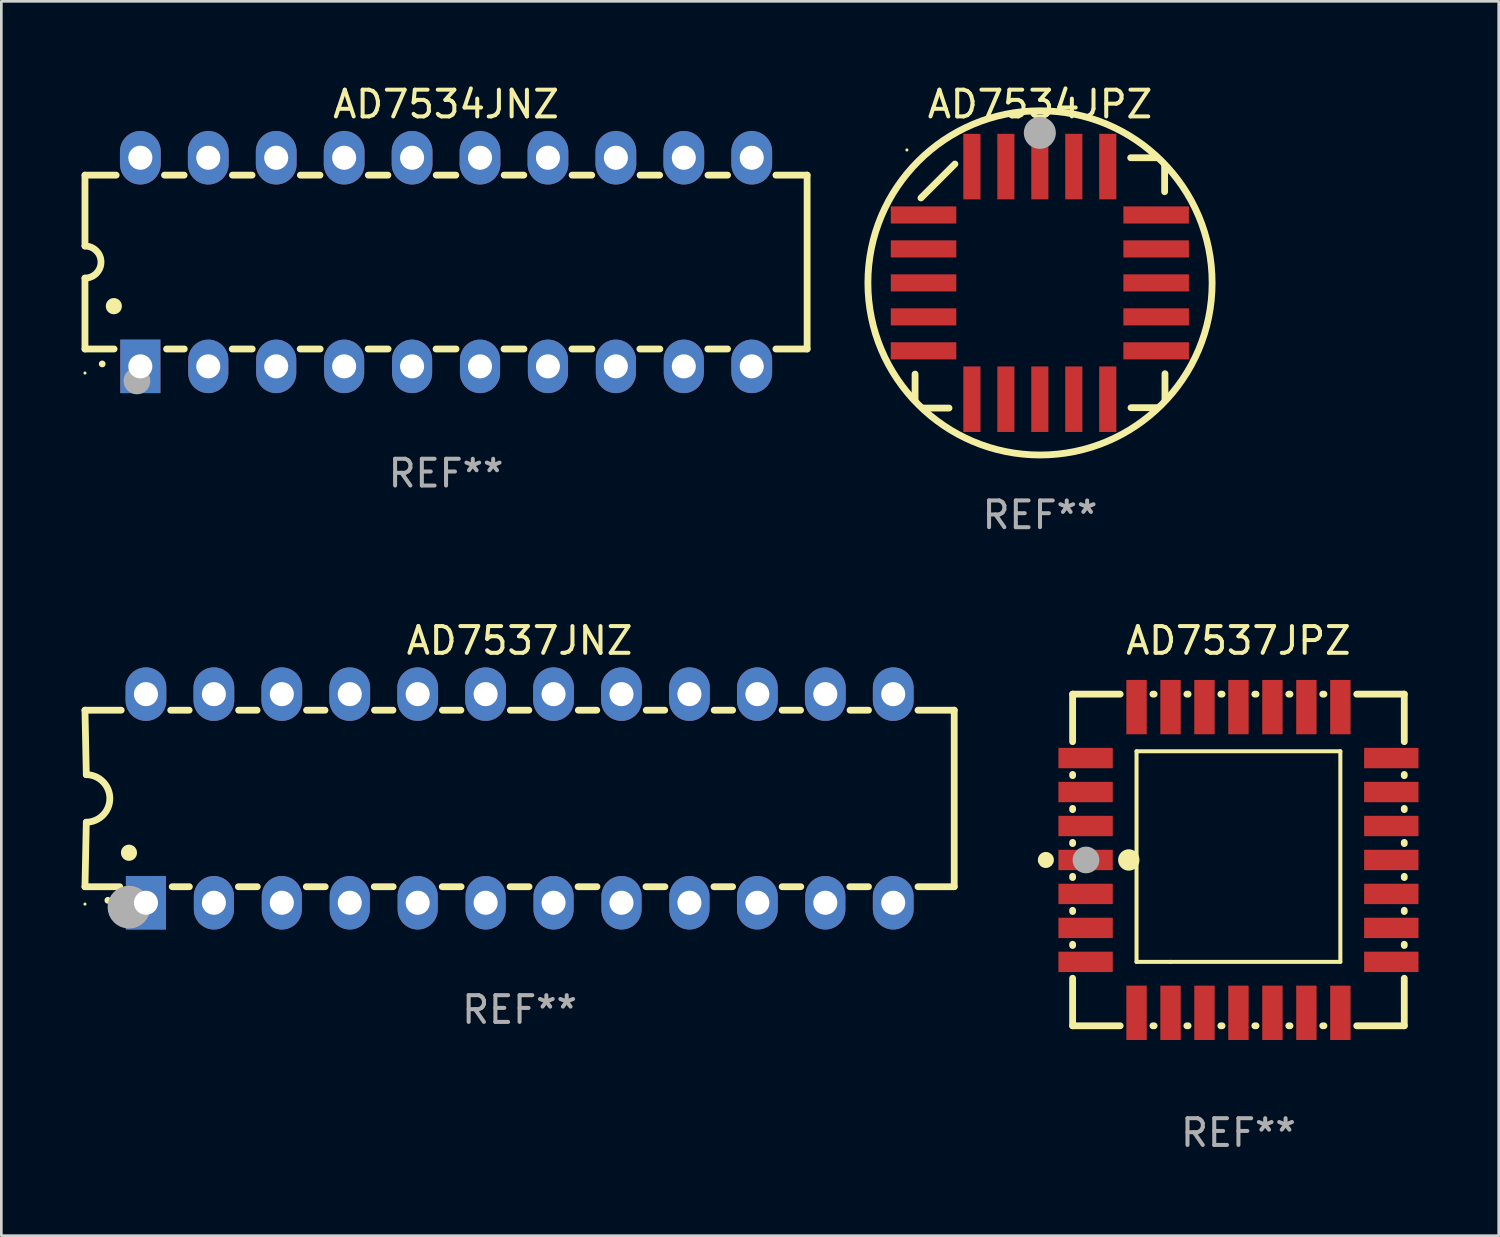
<source format=kicad_pcb>
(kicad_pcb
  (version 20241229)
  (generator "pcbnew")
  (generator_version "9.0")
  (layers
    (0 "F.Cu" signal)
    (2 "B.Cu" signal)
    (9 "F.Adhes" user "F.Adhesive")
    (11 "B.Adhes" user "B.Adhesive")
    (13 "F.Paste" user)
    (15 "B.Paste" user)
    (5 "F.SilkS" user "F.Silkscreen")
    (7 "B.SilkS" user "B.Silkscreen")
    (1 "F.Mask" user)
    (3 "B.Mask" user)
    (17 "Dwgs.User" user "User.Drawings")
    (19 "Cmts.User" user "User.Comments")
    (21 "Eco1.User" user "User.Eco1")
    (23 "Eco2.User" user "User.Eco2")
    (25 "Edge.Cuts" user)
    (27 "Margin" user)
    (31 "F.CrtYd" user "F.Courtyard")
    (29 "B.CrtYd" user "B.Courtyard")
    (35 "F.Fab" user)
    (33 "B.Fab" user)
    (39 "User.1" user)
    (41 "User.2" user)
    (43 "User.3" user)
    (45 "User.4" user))
  (footprint "AD7537JNZ"
    (layer "F.Cu")
    (at 16.377 26.803)
    (property "Reference" "AD7537JNZ" (at 0 -5.9 0) (layer "F.SilkS") (effects (font (size 1 1) (thickness 0.15))))
    (attr through_hole)
    (fp_line (start -16.25 -3.3) (end -16.2 -0.889) (stroke (width 0.254) (type solid)) (layer "F.SilkS"))
    (fp_line (start -16.25 -3.3) (end -14.895 -3.3) (stroke (width 0.254) (type solid)) (layer "F.SilkS"))
    (fp_line (start -16.25 3.3) (end -16.2 0.889) (stroke (width 0.254) (type solid)) (layer "F.SilkS"))
    (fp_line (start -16.25 3.3) (end -14.951 3.3) (stroke (width 0.254) (type solid)) (layer "F.SilkS"))
    (fp_line (start -13.045 -3.3) (end -12.355 -3.3) (stroke (width 0.254) (type solid)) (layer "F.SilkS"))
    (fp_line (start -12.989 3.3) (end -12.347 3.3) (stroke (width 0.254) (type solid)) (layer "F.SilkS"))
    (fp_line (start -10.514 3.3) (end -9.807 3.3) (stroke (width 0.254) (type solid)) (layer "F.SilkS"))
    (fp_line (start -10.505 -3.3) (end -9.815 -3.3) (stroke (width 0.254) (type solid)) (layer "F.SilkS"))
    (fp_line (start -7.974 3.3) (end -7.267 3.3) (stroke (width 0.254) (type solid)) (layer "F.SilkS"))
    (fp_line (start -7.965 -3.3) (end -7.275 -3.3) (stroke (width 0.254) (type solid)) (layer "F.SilkS"))
    (fp_line (start -5.434 3.3) (end -4.727 3.3) (stroke (width 0.254) (type solid)) (layer "F.SilkS"))
    (fp_line (start -5.425 -3.3) (end -4.735 -3.3) (stroke (width 0.254) (type solid)) (layer "F.SilkS"))
    (fp_line (start -2.894 3.3) (end -2.187 3.3) (stroke (width 0.254) (type solid)) (layer "F.SilkS"))
    (fp_line (start -2.885 -3.3) (end -2.195 -3.3) (stroke (width 0.254) (type solid)) (layer "F.SilkS"))
    (fp_line (start -0.354 3.3) (end 0.353 3.3) (stroke (width 0.254) (type solid)) (layer "F.SilkS"))
    (fp_line (start -0.345 -3.3) (end 0.345 -3.3) (stroke (width 0.254) (type solid)) (layer "F.SilkS"))
    (fp_line (start 2.186 3.3) (end 2.893 3.3) (stroke (width 0.254) (type solid)) (layer "F.SilkS"))
    (fp_line (start 2.195 -3.3) (end 2.885 -3.3) (stroke (width 0.254) (type solid)) (layer "F.SilkS"))
    (fp_line (start 4.726 3.3) (end 5.434 3.3) (stroke (width 0.254) (type solid)) (layer "F.SilkS"))
    (fp_line (start 4.735 -3.3) (end 5.425 -3.3) (stroke (width 0.254) (type solid)) (layer "F.SilkS"))
    (fp_line (start 7.266 3.3) (end 7.965 3.3) (stroke (width 0.254) (type solid)) (layer "F.SilkS"))
    (fp_line (start 7.275 -3.3) (end 7.965 -3.3) (stroke (width 0.254) (type solid)) (layer "F.SilkS"))
    (fp_line (start 9.815 -3.3) (end 10.505 -3.3) (stroke (width 0.254) (type solid)) (layer "F.SilkS"))
    (fp_line (start 9.815 3.3) (end 10.514 3.3) (stroke (width 0.254) (type solid)) (layer "F.SilkS"))
    (fp_line (start 12.346 3.3) (end 13.045 3.3) (stroke (width 0.254) (type solid)) (layer "F.SilkS"))
    (fp_line (start 12.355 -3.3) (end 13.045 -3.3) (stroke (width 0.254) (type solid)) (layer "F.SilkS"))
    (fp_line (start 16.25 -3.3) (end 14.895 -3.3) (stroke (width 0.254) (type solid)) (layer "F.SilkS"))
    (fp_line (start 16.25 -3.3) (end 16.25 3.3) (stroke (width 0.254) (type solid)) (layer "F.SilkS"))
    (fp_line (start 16.25 3.3) (end 14.895 3.3) (stroke (width 0.254) (type solid)) (layer "F.SilkS"))
    (fp_arc (start -16.201016 -0.890146) (mid -15.311429 -0.001055) (end -16.200025 0.889027) (stroke (width 0.254001) (type solid)) (layer "F.SilkS"))
    (fp_arc (start -15.394971 3.810033) (mid -15.394978 3.808763) (end -15.394971 3.807493) (stroke (width 0.25) (type solid)) (layer "F.SilkS"))
    (fp_arc (start -14.605029 2.032029) (mid -14.60504 2.029489) (end -14.605029 2.026949) (stroke (width 0.6) (type solid)) (layer "F.SilkS"))
    (fp_circle (center -16.25 3.95) (end -16.22 3.95) (stroke (width 0.06) (type solid)) (fill no) (layer "F.SilkS"))
    (fp_circle (center -14.605 4.064) (end -14.205 4.064) (stroke (width 0.8) (type solid)) (fill no) (layer "F.Fab"))
    (fp_text user "REF**" (at 0 7.9 0) (layer "F.Fab") (effects (font (size 1 1) (thickness 0.15))))
    (pad "1" thru_hole rect (at -13.97 3.9 90) (size 2 1.5) (drill 0.9) (layers "*.Cu" "*.Mask"))
    (pad "2" thru_hole oval (at -11.43 3.9 90) (size 2 1.5) (drill 0.9) (layers "*.Cu" "*.Mask"))
    (pad "3" thru_hole oval (at -8.89 3.9 90) (size 2 1.5) (drill 0.9) (layers "*.Cu" "*.Mask"))
    (pad "4" thru_hole oval (at -6.35 3.9 90) (size 2 1.5) (drill 0.9) (layers "*.Cu" "*.Mask"))
    (pad "5" thru_hole oval (at -3.81 3.9 90) (size 2 1.5) (drill 0.9) (layers "*.Cu" "*.Mask"))
    (pad "6" thru_hole oval (at -1.27 3.9 90) (size 2 1.5) (drill 0.9) (layers "*.Cu" "*.Mask"))
    (pad "7" thru_hole oval (at 1.27 3.9 90) (size 2 1.5) (drill 0.9) (layers "*.Cu" "*.Mask"))
    (pad "8" thru_hole oval (at 3.81 3.9 90) (size 2 1.5) (drill 0.9) (layers "*.Cu" "*.Mask"))
    (pad "9" thru_hole oval (at 6.35 3.9 90) (size 2 1.5) (drill 0.9) (layers "*.Cu" "*.Mask"))
    (pad "10" thru_hole oval (at 8.89 3.9 90) (size 2 1.524) (drill 0.9) (layers "*.Cu" "*.Mask"))
    (pad "11" thru_hole oval (at 11.43 3.9 90) (size 2 1.5) (drill 0.9) (layers "*.Cu" "*.Mask"))
    (pad "12" thru_hole oval (at 13.97 3.9 90) (size 2 1.524) (drill 0.9) (layers "*.Cu" "*.Mask"))
    (pad "13" thru_hole oval (at 13.97 -3.9 90) (size 2 1.524) (drill 0.9) (layers "*.Cu" "*.Mask"))
    (pad "14" thru_hole oval (at 11.43 -3.9 90) (size 2 1.524) (drill 0.9) (layers "*.Cu" "*.Mask"))
    (pad "15" thru_hole oval (at 8.89 -3.9 90) (size 2 1.524) (drill 0.9) (layers "*.Cu" "*.Mask"))
    (pad "16" thru_hole oval (at 6.35 -3.9 90) (size 2 1.524) (drill 0.9) (layers "*.Cu" "*.Mask"))
    (pad "17" thru_hole oval (at 3.81 -3.9 90) (size 2 1.524) (drill 0.9) (layers "*.Cu" "*.Mask"))
    (pad "18" thru_hole oval (at 1.27 -3.9 90) (size 2 1.524) (drill 0.9) (layers "*.Cu" "*.Mask"))
    (pad "19" thru_hole oval (at -1.27 -3.9 90) (size 2 1.524) (drill 0.9) (layers "*.Cu" "*.Mask"))
    (pad "20" thru_hole oval (at -3.81 -3.9 90) (size 2 1.524) (drill 0.9) (layers "*.Cu" "*.Mask"))
    (pad "21" thru_hole oval (at -6.35 -3.9 90) (size 2 1.524) (drill 0.9) (layers "*.Cu" "*.Mask"))
    (pad "22" thru_hole oval (at -8.89 -3.9 90) (size 2 1.524) (drill 0.9) (layers "*.Cu" "*.Mask"))
    (pad "23" thru_hole oval (at -11.43 -3.9 90) (size 2 1.524) (drill 0.9) (layers "*.Cu" "*.Mask"))
    (pad "24" thru_hole oval (at -13.97 -3.9 90) (size 2 1.524) (drill 0.9) (layers "*.Cu" "*.Mask")))
  (footprint "AD7534JNZ"
    (layer "F.Cu")
    (at 13.627 6.748)
    (property "Reference" "AD7534JNZ" (at 0 -5.9 0) (layer "F.SilkS") (effects (font (size 1 1) (thickness 0.15))))
    (attr through_hole)
    (fp_line (start -13.5 -3.25) (end -12.333 -3.25) (stroke (width 0.254) (type solid)) (layer "F.SilkS"))
    (fp_line (start -13.5 -0.6) (end -13.5 -3.25) (stroke (width 0.254) (type solid)) (layer "F.SilkS"))
    (fp_line (start -13.5 3.25) (end -13.5 0.6) (stroke (width 0.254) (type solid)) (layer "F.SilkS"))
    (fp_line (start -13.5 3.25) (end -12.411 3.25) (stroke (width 0.254) (type solid)) (layer "F.SilkS"))
    (fp_line (start -10.527 -3.25) (end -9.793 -3.25) (stroke (width 0.254) (type solid)) (layer "F.SilkS"))
    (fp_line (start -10.449 3.25) (end -9.786 3.25) (stroke (width 0.254) (type solid)) (layer "F.SilkS"))
    (fp_line (start -7.994 3.25) (end -7.246 3.25) (stroke (width 0.254) (type solid)) (layer "F.SilkS"))
    (fp_line (start -7.987 -3.25) (end -7.253 -3.25) (stroke (width 0.254) (type solid)) (layer "F.SilkS"))
    (fp_line (start -5.454 3.25) (end -4.706 3.25) (stroke (width 0.254) (type solid)) (layer "F.SilkS"))
    (fp_line (start -5.447 -3.25) (end -4.713 -3.25) (stroke (width 0.254) (type solid)) (layer "F.SilkS"))
    (fp_line (start -2.914 3.25) (end -2.166 3.25) (stroke (width 0.254) (type solid)) (layer "F.SilkS"))
    (fp_line (start -2.907 -3.25) (end -2.173 -3.25) (stroke (width 0.254) (type solid)) (layer "F.SilkS"))
    (fp_line (start -0.374 3.25) (end 0.374 3.25) (stroke (width 0.254) (type solid)) (layer "F.SilkS"))
    (fp_line (start -0.367 -3.25) (end 0.367 -3.25) (stroke (width 0.254) (type solid)) (layer "F.SilkS"))
    (fp_line (start 2.166 3.25) (end 2.914 3.25) (stroke (width 0.254) (type solid)) (layer "F.SilkS"))
    (fp_line (start 2.173 -3.25) (end 2.907 -3.25) (stroke (width 0.254) (type solid)) (layer "F.SilkS"))
    (fp_line (start 4.706 3.25) (end 5.454 3.25) (stroke (width 0.254) (type solid)) (layer "F.SilkS"))
    (fp_line (start 4.713 -3.25) (end 5.447 -3.25) (stroke (width 0.254) (type solid)) (layer "F.SilkS"))
    (fp_line (start 7.246 3.25) (end 7.994 3.25) (stroke (width 0.254) (type solid)) (layer "F.SilkS"))
    (fp_line (start 7.253 -3.25) (end 7.987 -3.25) (stroke (width 0.254) (type solid)) (layer "F.SilkS"))
    (fp_line (start 9.786 3.25) (end 10.527 3.25) (stroke (width 0.254) (type solid)) (layer "F.SilkS"))
    (fp_line (start 9.793 -3.25) (end 10.527 -3.25) (stroke (width 0.254) (type solid)) (layer "F.SilkS"))
    (fp_line (start 12.333 -3.25) (end 13.5 -3.25) (stroke (width 0.254) (type solid)) (layer "F.SilkS"))
    (fp_line (start 12.333 3.25) (end 13.5 3.25) (stroke (width 0.254) (type solid)) (layer "F.SilkS"))
    (fp_line (start 13.5 -3.25) (end 13.5 3.25) (stroke (width 0.254) (type solid)) (layer "F.SilkS"))
    (fp_arc (start -13.500127 -0.599442) (mid -12.900406 0.000228) (end -13.500025 0.6) (stroke (width 0.254001) (type solid)) (layer "F.SilkS"))
    (fp_arc (start -12.854966 3.810008) (mid -12.854973 3.808738) (end -12.854966 3.807468) (stroke (width 0.25) (type solid)) (layer "F.SilkS"))
    (fp_arc (start -12.420625 1.651003) (mid -12.420636 1.648463) (end -12.420625 1.645923) (stroke (width 0.6) (type solid)) (layer "F.SilkS"))
    (fp_circle (center -13.5 4.15) (end -13.47 4.15) (stroke (width 0.06) (type solid)) (fill no) (layer "F.SilkS"))
    (fp_circle (center -11.557 4.445) (end -11.307 4.445) (stroke (width 0.5) (type solid)) (fill no) (layer "F.Fab"))
    (fp_text user "REF**" (at 0 7.9 0) (layer "F.Fab") (effects (font (size 1 1) (thickness 0.15))))
    (pad "1" thru_hole rect (at -11.43 3.9 90) (size 2 1.5) (drill 0.9) (layers "*.Cu" "*.Mask"))
    (pad "2" thru_hole oval (at -8.89 3.9 90) (size 2 1.5) (drill 0.9) (layers "*.Cu" "*.Mask"))
    (pad "3" thru_hole oval (at -6.35 3.9 90) (size 2 1.5) (drill 0.9) (layers "*.Cu" "*.Mask"))
    (pad "4" thru_hole oval (at -3.81 3.9 90) (size 2 1.5) (drill 0.9) (layers "*.Cu" "*.Mask"))
    (pad "5" thru_hole oval (at -1.27 3.9 90) (size 2 1.5) (drill 0.9) (layers "*.Cu" "*.Mask"))
    (pad "6" thru_hole oval (at 1.27 3.9 90) (size 2 1.5) (drill 0.9) (layers "*.Cu" "*.Mask"))
    (pad "7" thru_hole oval (at 3.81 3.9 90) (size 2 1.5) (drill 0.9) (layers "*.Cu" "*.Mask"))
    (pad "8" thru_hole oval (at 6.35 3.9 90) (size 2 1.5) (drill 0.9) (layers "*.Cu" "*.Mask"))
    (pad "9" thru_hole oval (at 8.89 3.9 90) (size 2 1.5) (drill 0.9) (layers "*.Cu" "*.Mask"))
    (pad "10" thru_hole oval (at 11.43 3.9 90) (size 2 1.524) (drill 0.9) (layers "*.Cu" "*.Mask"))
    (pad "11" thru_hole oval (at 11.43 -3.9 90) (size 2 1.524) (drill 0.9) (layers "*.Cu" "*.Mask"))
    (pad "12" thru_hole oval (at 8.89 -3.9 90) (size 2 1.524) (drill 0.9) (layers "*.Cu" "*.Mask"))
    (pad "13" thru_hole oval (at 6.35 -3.9 90) (size 2 1.524) (drill 0.9) (layers "*.Cu" "*.Mask"))
    (pad "14" thru_hole oval (at 3.81 -3.9 90) (size 2 1.524) (drill 0.9) (layers "*.Cu" "*.Mask"))
    (pad "15" thru_hole oval (at 1.27 -3.9 90) (size 2 1.524) (drill 0.9) (layers "*.Cu" "*.Mask"))
    (pad "16" thru_hole oval (at -1.27 -3.9 90) (size 2 1.524) (drill 0.9) (layers "*.Cu" "*.Mask"))
    (pad "17" thru_hole oval (at -3.81 -3.9 90) (size 2 1.524) (drill 0.9) (layers "*.Cu" "*.Mask"))
    (pad "18" thru_hole oval (at -6.35 -3.9 90) (size 2 1.524) (drill 0.9) (layers "*.Cu" "*.Mask"))
    (pad "19" thru_hole oval (at -8.89 -3.9 90) (size 2 1.524) (drill 0.9) (layers "*.Cu" "*.Mask"))
    (pad "20" thru_hole oval (at -11.43 -3.9 90) (size 2 1.524) (drill 0.9) (layers "*.Cu" "*.Mask")))
  (footprint "AD7534JPZ"
    (layer "F.Cu")
    (at 35.835 7.527)
    (property "Reference" "AD7534JPZ" (at 0 -6.679 0) (layer "F.SilkS") (effects (font (size 1 1) (thickness 0.15))))
    (attr through_hole)
    (fp_line (start -4.672 4.4) (end -4.672 3.409) (stroke (width 0.254) (type solid)) (layer "F.SilkS"))
    (fp_line (start -4.452 -3.175) (end -3.182 -4.445) (stroke (width 0.254) (type solid)) (layer "F.SilkS"))
    (fp_line (start -4.393 4.679) (end -3.402 4.679) (stroke (width 0.254) (type solid)) (layer "F.SilkS"))
    (fp_line (start 4.379 -4.679) (end 3.389 -4.679) (stroke (width 0.254) (type solid)) (layer "F.SilkS"))
    (fp_line (start 4.393 4.666) (end 3.402 4.666) (stroke (width 0.254) (type solid)) (layer "F.SilkS"))
    (fp_line (start 4.659 -4.4) (end 4.659 -3.409) (stroke (width 0.254) (type solid)) (layer "F.SilkS"))
    (fp_line (start 4.672 4.386) (end 4.672 3.396) (stroke (width 0.254) (type solid)) (layer "F.SilkS"))
    (fp_arc (start -4.672276 4.424968) (mid 4.672254 -4.424946) (end -4.672276 4.424968) (stroke (width 0.254001) (type solid)) (layer "F.SilkS"))
    (fp_arc (start 0.089827 -5.759969) (mid 0.097662 -5.803742) (end 0.120307 -5.842012) (stroke (width 0.249936) (type solid)) (layer "F.SilkS"))
    (fp_circle (center -4.977 -4.97) (end -4.947 -4.97) (stroke (width 0.06) (type solid)) (fill no) (layer "F.SilkS"))
    (fp_circle (center -0.007 -5.61) (end 0.293 -5.61) (stroke (width 0.6) (type solid)) (fill no) (layer "F.Fab"))
    (fp_text user "REF**" (at 0 8.679 0) (layer "F.Fab") (effects (font (size 1 1) (thickness 0.15))))
    (pad "1" smd rect (at -0.007 -4.349) (size 0.64 2.45) (layers "F.Cu" "F.Mask" "F.Paste"))
    (pad "2" smd rect (at -1.277 -4.349) (size 0.64 2.45) (layers "F.Cu" "F.Mask" "F.Paste"))
    (pad "3" smd rect (at -2.547 -4.348) (size 0.64 2.45) (layers "F.Cu" "F.Mask" "F.Paste"))
    (pad "4" smd rect (at -4.355 -2.54) (size 2.45 0.64) (layers "F.Cu" "F.Mask" "F.Paste"))
    (pad "5" smd rect (at -4.355 -1.27) (size 2.45 0.64) (layers "F.Cu" "F.Mask" "F.Paste"))
    (pad "6" smd rect (at -4.355 0) (size 2.45 0.64) (layers "F.Cu" "F.Mask" "F.Paste"))
    (pad "7" smd rect (at -4.355 1.27) (size 2.45 0.64) (layers "F.Cu" "F.Mask" "F.Paste"))
    (pad "8" smd rect (at -4.355 2.54) (size 2.45 0.64) (layers "F.Cu" "F.Mask" "F.Paste"))
    (pad "9" smd rect (at -2.547 4.349) (size 0.64 2.45) (layers "F.Cu" "F.Mask" "F.Paste"))
    (pad "10" smd rect (at -1.277 4.349) (size 0.64 2.45) (layers "F.Cu" "F.Mask" "F.Paste"))
    (pad "11" smd rect (at -0.007 4.349) (size 0.64 2.45) (layers "F.Cu" "F.Mask" "F.Paste"))
    (pad "12" smd rect (at 1.263 4.349) (size 0.64 2.45) (layers "F.Cu" "F.Mask" "F.Paste"))
    (pad "13" smd rect (at 2.533 4.349) (size 0.64 2.45) (layers "F.Cu" "F.Mask" "F.Paste"))
    (pad "14" smd rect (at 4.342 2.54) (size 2.45 0.64) (layers "F.Cu" "F.Mask" "F.Paste"))
    (pad "15" smd rect (at 4.342 1.27) (size 2.45 0.64) (layers "F.Cu" "F.Mask" "F.Paste"))
    (pad "16" smd rect (at 4.342 0) (size 2.45 0.64) (layers "F.Cu" "F.Mask" "F.Paste"))
    (pad "17" smd rect (at 4.342 -1.27) (size 2.45 0.64) (layers "F.Cu" "F.Mask" "F.Paste"))
    (pad "18" smd rect (at 4.342 -2.54) (size 2.45 0.64) (layers "F.Cu" "F.Mask" "F.Paste"))
    (pad "19" smd rect (at 2.533 -4.349) (size 0.64 2.45) (layers "F.Cu" "F.Mask" "F.Paste"))
    (pad "20" smd rect (at 1.263 -4.349) (size 0.64 2.45) (layers "F.Cu" "F.Mask" "F.Paste")))
  (footprint "AD7537JPZ"
    (layer "F.Cu")
    (at 43.254 29.103)
    (property "Reference" "AD7537JPZ" (at 0 -8.2 0) (layer "F.SilkS") (effects (font (size 1 1) (thickness 0.15))))
    (attr through_hole)
    (fp_line (start -6.2 -6.2) (end -4.422 -6.2) (stroke (width 0.254) (type solid)) (layer "F.SilkS"))
    (fp_line (start -6.2 -4.422) (end -6.2 -6.2) (stroke (width 0.254) (type solid)) (layer "F.SilkS"))
    (fp_line (start -6.2 -3.152) (end -6.2 -3.198) (stroke (width 0.254) (type solid)) (layer "F.SilkS"))
    (fp_line (start -6.2 -1.882) (end -6.2 -1.928) (stroke (width 0.254) (type solid)) (layer "F.SilkS"))
    (fp_line (start -6.2 -0.612) (end -6.2 -0.658) (stroke (width 0.254) (type solid)) (layer "F.SilkS"))
    (fp_line (start -6.2 0.658) (end -6.2 0.612) (stroke (width 0.254) (type solid)) (layer "F.SilkS"))
    (fp_line (start -6.2 1.928) (end -6.2 1.882) (stroke (width 0.254) (type solid)) (layer "F.SilkS"))
    (fp_line (start -6.2 3.198) (end -6.2 3.152) (stroke (width 0.254) (type solid)) (layer "F.SilkS"))
    (fp_line (start -6.2 6.2) (end -6.2 4.422) (stroke (width 0.254) (type solid)) (layer "F.SilkS"))
    (fp_line (start -4.422 6.2) (end -6.2 6.2) (stroke (width 0.254) (type solid)) (layer "F.SilkS"))
    (fp_line (start -3.81 -4.064) (end 3.81 -4.064) (stroke (width 0.15) (type solid)) (layer "F.SilkS"))
    (fp_line (start -3.81 3.81) (end -3.81 -4.064) (stroke (width 0.15) (type solid)) (layer "F.SilkS"))
    (fp_line (start -3.198 -6.2) (end -3.152 -6.2) (stroke (width 0.254) (type solid)) (layer "F.SilkS"))
    (fp_line (start -3.152 6.2) (end -3.198 6.2) (stroke (width 0.254) (type solid)) (layer "F.SilkS"))
    (fp_line (start -2.54 3.81) (end -3.81 3.81) (stroke (width 0.15) (type solid)) (layer "F.SilkS"))
    (fp_line (start -1.928 -6.2) (end -1.882 -6.2) (stroke (width 0.254) (type solid)) (layer "F.SilkS"))
    (fp_line (start -1.882 6.2) (end -1.928 6.2) (stroke (width 0.254) (type solid)) (layer "F.SilkS"))
    (fp_line (start -0.658 -6.2) (end -0.612 -6.2) (stroke (width 0.254) (type solid)) (layer "F.SilkS"))
    (fp_line (start -0.612 6.2) (end -0.658 6.2) (stroke (width 0.254) (type solid)) (layer "F.SilkS"))
    (fp_line (start 0.612 -6.2) (end 0.658 -6.2) (stroke (width 0.254) (type solid)) (layer "F.SilkS"))
    (fp_line (start 0.658 6.2) (end 0.612 6.2) (stroke (width 0.254) (type solid)) (layer "F.SilkS"))
    (fp_line (start 1.882 -6.2) (end 1.928 -6.2) (stroke (width 0.254) (type solid)) (layer "F.SilkS"))
    (fp_line (start 1.928 6.2) (end 1.882 6.2) (stroke (width 0.254) (type solid)) (layer "F.SilkS"))
    (fp_line (start 3.152 -6.2) (end 3.198 -6.2) (stroke (width 0.254) (type solid)) (layer "F.SilkS"))
    (fp_line (start 3.198 6.2) (end 3.152 6.2) (stroke (width 0.254) (type solid)) (layer "F.SilkS"))
    (fp_line (start 3.81 -4.064) (end 3.81 3.81) (stroke (width 0.15) (type solid)) (layer "F.SilkS"))
    (fp_line (start 3.81 3.81) (end -2.54 3.81) (stroke (width 0.15) (type solid)) (layer "F.SilkS"))
    (fp_line (start 4.422 -6.2) (end 6.2 -6.2) (stroke (width 0.254) (type solid)) (layer "F.SilkS"))
    (fp_line (start 6.2 -6.2) (end 6.2 -4.422) (stroke (width 0.254) (type solid)) (layer "F.SilkS"))
    (fp_line (start 6.2 -3.198) (end 6.2 -3.152) (stroke (width 0.254) (type solid)) (layer "F.SilkS"))
    (fp_line (start 6.2 -1.928) (end 6.2 -1.882) (stroke (width 0.254) (type solid)) (layer "F.SilkS"))
    (fp_line (start 6.2 -0.658) (end 6.2 -0.612) (stroke (width 0.254) (type solid)) (layer "F.SilkS"))
    (fp_line (start 6.2 0.612) (end 6.2 0.658) (stroke (width 0.254) (type solid)) (layer "F.SilkS"))
    (fp_line (start 6.2 1.882) (end 6.2 1.928) (stroke (width 0.254) (type solid)) (layer "F.SilkS"))
    (fp_line (start 6.2 3.152) (end 6.2 3.198) (stroke (width 0.254) (type solid)) (layer "F.SilkS"))
    (fp_line (start 6.2 4.422) (end 6.2 6.2) (stroke (width 0.254) (type solid)) (layer "F.SilkS"))
    (fp_line (start 6.2 6.2) (end 4.422 6.2) (stroke (width 0.254) (type solid)) (layer "F.SilkS"))
    (fp_circle (center -7.2 0) (end -7.05 0) (stroke (width 0.3) (type solid)) (fill no) (layer "F.SilkS"))
    (fp_circle (center -6.223 6.223) (end -6.193 6.223) (stroke (width 0.06) (type solid)) (fill no) (layer "F.SilkS"))
    (fp_circle (center -4.1 0) (end -3.9 0) (stroke (width 0.4) (type solid)) (fill no) (layer "F.SilkS"))
    (fp_circle (center -5.7 0) (end -5.45 0) (stroke (width 0.5) (type solid)) (fill no) (layer "F.Fab"))
    (fp_text user "REF**" (at 0 10.2 0) (layer "F.Fab") (effects (font (size 1 1) (thickness 0.15))))
    (pad "1" smd rect (at -5.715 0) (size 2.032 0.762) (layers "F.Cu" "F.Mask" "F.Paste"))
    (pad "2" smd rect (at -5.715 1.27) (size 2.032 0.762) (layers "F.Cu" "F.Mask" "F.Paste"))
    (pad "3" smd rect (at -5.715 2.54) (size 2.032 0.762) (layers "F.Cu" "F.Mask" "F.Paste"))
    (pad "4" smd rect (at -5.715 3.81) (size 2.032 0.762) (layers "F.Cu" "F.Mask" "F.Paste"))
    (pad "5" smd rect (at -3.81 5.715) (size 0.762 2.032) (layers "F.Cu" "F.Mask" "F.Paste"))
    (pad "6" smd rect (at -2.54 5.715) (size 0.762 2.032) (layers "F.Cu" "F.Mask" "F.Paste"))
    (pad "7" smd rect (at -1.27 5.715) (size 0.762 2.032) (layers "F.Cu" "F.Mask" "F.Paste"))
    (pad "8" smd rect (at 0 5.715) (size 0.762 2.032) (layers "F.Cu" "F.Mask" "F.Paste"))
    (pad "9" smd rect (at 1.27 5.715) (size 0.762 2.032) (layers "F.Cu" "F.Mask" "F.Paste"))
    (pad "10" smd rect (at 2.54 5.715) (size 0.762 2.032) (layers "F.Cu" "F.Mask" "F.Paste"))
    (pad "11" smd rect (at 3.81 5.715) (size 0.762 2.032) (layers "F.Cu" "F.Mask" "F.Paste"))
    (pad "12" smd rect (at 5.715 3.81) (size 2.032 0.762) (layers "F.Cu" "F.Mask" "F.Paste"))
    (pad "13" smd rect (at 5.715 2.54) (size 2.032 0.762) (layers "F.Cu" "F.Mask" "F.Paste"))
    (pad "14" smd rect (at 5.715 1.27) (size 2.032 0.762) (layers "F.Cu" "F.Mask" "F.Paste"))
    (pad "15" smd rect (at 5.715 0) (size 2.032 0.762) (layers "F.Cu" "F.Mask" "F.Paste"))
    (pad "16" smd rect (at 5.715 -1.27) (size 2.032 0.762) (layers "F.Cu" "F.Mask" "F.Paste"))
    (pad "17" smd rect (at 5.715 -2.54) (size 2.032 0.762) (layers "F.Cu" "F.Mask" "F.Paste"))
    (pad "18" smd rect (at 5.715 -3.81) (size 2.032 0.762) (layers "F.Cu" "F.Mask" "F.Paste"))
    (pad "19" smd rect (at 3.81 -5.715) (size 0.762 2.032) (layers "F.Cu" "F.Mask" "F.Paste"))
    (pad "20" smd rect (at 2.54 -5.715) (size 0.762 2.032) (layers "F.Cu" "F.Mask" "F.Paste"))
    (pad "21" smd rect (at 1.27 -5.715) (size 0.762 2.032) (layers "F.Cu" "F.Mask" "F.Paste"))
    (pad "22" smd rect (at 0 -5.715) (size 0.762 2.032) (layers "F.Cu" "F.Mask" "F.Paste"))
    (pad "23" smd rect (at -1.27 -5.715) (size 0.762 2.032) (layers "F.Cu" "F.Mask" "F.Paste"))
    (pad "24" smd rect (at -2.54 -5.715) (size 0.762 2.032) (layers "F.Cu" "F.Mask" "F.Paste"))
    (pad "25" smd rect (at -3.81 -5.715) (size 0.762 2.032) (layers "F.Cu" "F.Mask" "F.Paste"))
    (pad "26" smd rect (at -5.715 -3.81) (size 2.032 0.762) (layers "F.Cu" "F.Mask" "F.Paste"))
    (pad "27" smd rect (at -5.715 -2.54) (size 2.032 0.762) (layers "F.Cu" "F.Mask" "F.Paste"))
    (pad "28" smd rect (at -5.715 -1.27) (size 2.032 0.762) (layers "F.Cu" "F.Mask" "F.Paste")))
  (gr_rect
    (start -3 -3)
    (end 52.985 43.151)
    (stroke (width 0.1) (type default))
    (fill no)
    (layer "Edge.Cuts")))
</source>
